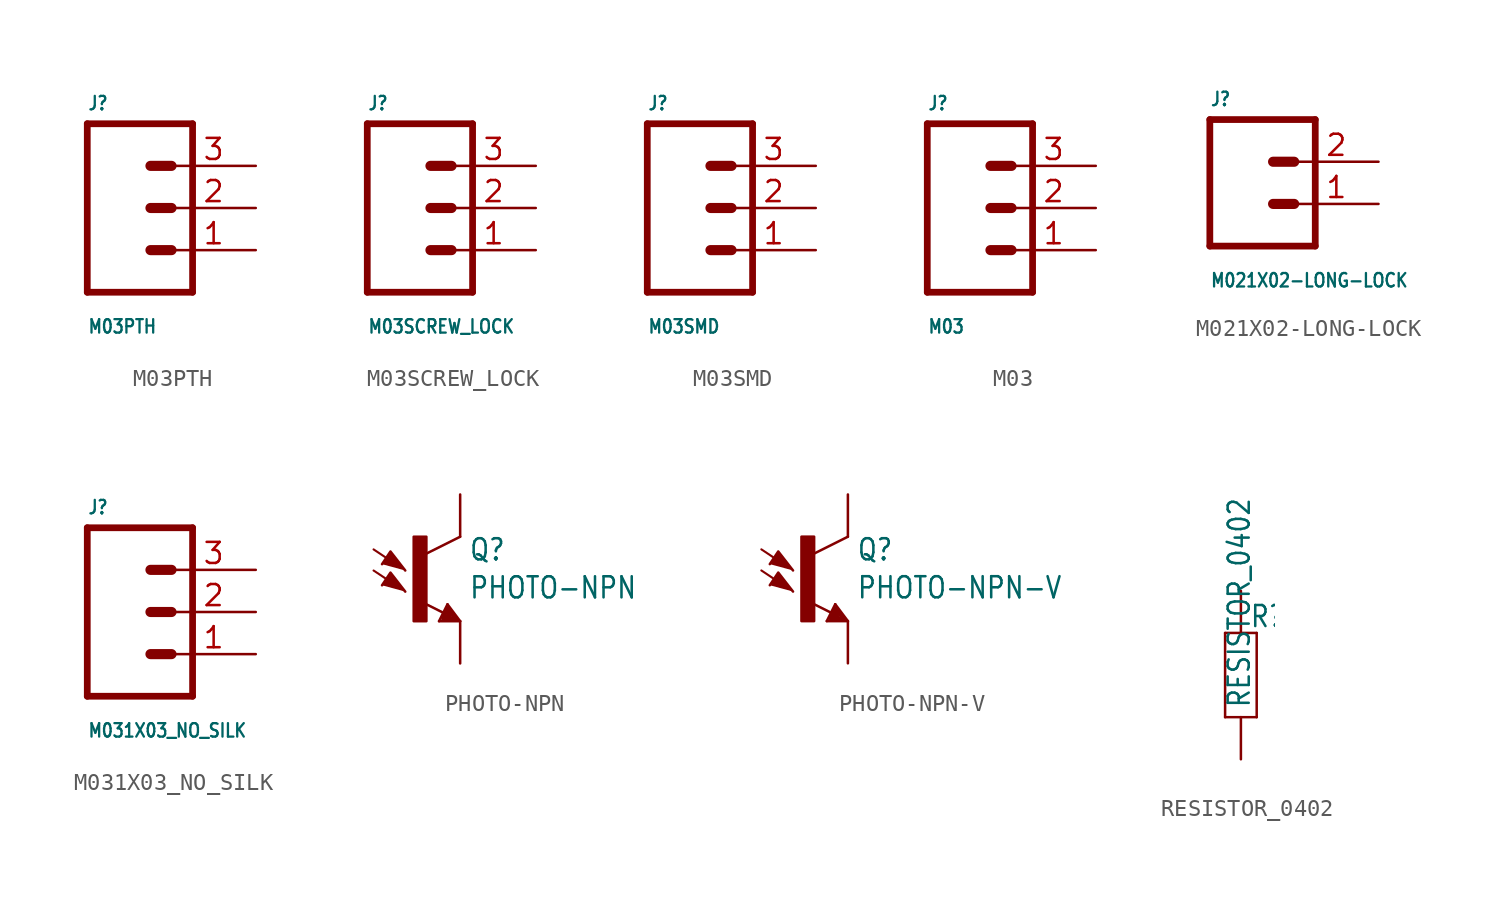
<source format=kicad_sym>
(kicad_symbol_lib
  (version 20211014)
  (generator kicad_symbol_editor)
  (symbol "M03PTH"
    (property "Reference" "J"
      (at -2.54 5.842 0)
      (effects (font (size 0.813 0.691) bold) (justify left bottom)))
    (property "Value" "M03PTH"
      (at -2.54 -7.62 0)
      (effects (font (size 0.813 0.691) bold) (justify left bottom)))
    (property "ki_locked" ""
      (at 0 0 0)
      (effects (font (size 1.27 1.27))))
    (symbol "M03PTH_1_0"
      (polyline (pts (xy -2.54 5.08) (xy -2.54 -5.08)) (stroke (width 0.406) (type default) (color 0 0 0 0)) (fill (type none)))
      (polyline (pts (xy -2.54 5.08) (xy 3.81 5.08)) (stroke (width 0.406) (type default) (color 0 0 0 0)) (fill (type none)))
      (polyline (pts (xy 1.27 -2.54) (xy 2.54 -2.54)) (stroke (width 0.61) (type default) (color 0 0 0 0)) (fill (type none)))
      (polyline (pts (xy 1.27 0) (xy 2.54 0)) (stroke (width 0.61) (type default) (color 0 0 0 0)) (fill (type none)))
      (polyline (pts (xy 1.27 2.54) (xy 2.54 2.54)) (stroke (width 0.61) (type default) (color 0 0 0 0)) (fill (type none)))
      (polyline (pts (xy 3.81 -5.08) (xy -2.54 -5.08)) (stroke (width 0.406) (type default) (color 0 0 0 0)) (fill (type none)))
      (polyline (pts (xy 3.81 -5.08) (xy 3.81 5.08)) (stroke (width 0.406) (type default) (color 0 0 0 0)) (fill (type none)))
      (pin passive line (at 7.62 -2.54 180) (length 5.08) (name "1" (effects (font (size 0 0)))) (number "1" (effects (font (size 1.27 1.27)))))
      (pin passive line (at 7.62 0 180) (length 5.08) (name "2" (effects (font (size 0 0)))) (number "2" (effects (font (size 1.27 1.27)))))
      (pin passive line (at 7.62 2.54 180) (length 5.08) (name "3" (effects (font (size 0 0)))) (number "3" (effects (font (size 1.27 1.27)))))))
  (symbol "M03SCREW_LOCK"
    (property "Reference" "J"
      (at -2.54 5.842 0)
      (effects (font (size 0.813 0.691) bold) (justify left bottom)))
    (property "Value" "M03SCREW_LOCK"
      (at -2.54 -7.62 0)
      (effects (font (size 0.813 0.691) bold) (justify left bottom)))
    (property "ki_locked" ""
      (at 0 0 0)
      (effects (font (size 1.27 1.27))))
    (symbol "M03SCREW_LOCK_1_0"
      (polyline (pts (xy -2.54 5.08) (xy -2.54 -5.08)) (stroke (width 0.406) (type default) (color 0 0 0 0)) (fill (type none)))
      (polyline (pts (xy -2.54 5.08) (xy 3.81 5.08)) (stroke (width 0.406) (type default) (color 0 0 0 0)) (fill (type none)))
      (polyline (pts (xy 1.27 -2.54) (xy 2.54 -2.54)) (stroke (width 0.61) (type default) (color 0 0 0 0)) (fill (type none)))
      (polyline (pts (xy 1.27 0) (xy 2.54 0)) (stroke (width 0.61) (type default) (color 0 0 0 0)) (fill (type none)))
      (polyline (pts (xy 1.27 2.54) (xy 2.54 2.54)) (stroke (width 0.61) (type default) (color 0 0 0 0)) (fill (type none)))
      (polyline (pts (xy 3.81 -5.08) (xy -2.54 -5.08)) (stroke (width 0.406) (type default) (color 0 0 0 0)) (fill (type none)))
      (polyline (pts (xy 3.81 -5.08) (xy 3.81 5.08)) (stroke (width 0.406) (type default) (color 0 0 0 0)) (fill (type none)))
      (pin passive line (at 7.62 -2.54 180) (length 5.08) (name "1" (effects (font (size 0 0)))) (number "1" (effects (font (size 1.27 1.27)))))
      (pin passive line (at 7.62 0 180) (length 5.08) (name "2" (effects (font (size 0 0)))) (number "2" (effects (font (size 1.27 1.27)))))
      (pin passive line (at 7.62 2.54 180) (length 5.08) (name "3" (effects (font (size 0 0)))) (number "3" (effects (font (size 1.27 1.27)))))))
  (symbol "M03SMD"
    (property "Reference" "J"
      (at -2.54 5.842 0)
      (effects (font (size 0.813 0.691) bold) (justify left bottom)))
    (property "Value" "M03SMD"
      (at -2.54 -7.62 0)
      (effects (font (size 0.813 0.691) bold) (justify left bottom)))
    (property "ki_locked" ""
      (at 0 0 0)
      (effects (font (size 1.27 1.27))))
    (symbol "M03SMD_1_0"
      (polyline (pts (xy -2.54 5.08) (xy -2.54 -5.08)) (stroke (width 0.406) (type default) (color 0 0 0 0)) (fill (type none)))
      (polyline (pts (xy -2.54 5.08) (xy 3.81 5.08)) (stroke (width 0.406) (type default) (color 0 0 0 0)) (fill (type none)))
      (polyline (pts (xy 1.27 -2.54) (xy 2.54 -2.54)) (stroke (width 0.61) (type default) (color 0 0 0 0)) (fill (type none)))
      (polyline (pts (xy 1.27 0) (xy 2.54 0)) (stroke (width 0.61) (type default) (color 0 0 0 0)) (fill (type none)))
      (polyline (pts (xy 1.27 2.54) (xy 2.54 2.54)) (stroke (width 0.61) (type default) (color 0 0 0 0)) (fill (type none)))
      (polyline (pts (xy 3.81 -5.08) (xy -2.54 -5.08)) (stroke (width 0.406) (type default) (color 0 0 0 0)) (fill (type none)))
      (polyline (pts (xy 3.81 -5.08) (xy 3.81 5.08)) (stroke (width 0.406) (type default) (color 0 0 0 0)) (fill (type none)))
      (pin passive line (at 7.62 -2.54 180) (length 5.08) (name "1" (effects (font (size 0 0)))) (number "1" (effects (font (size 1.27 1.27)))))
      (pin passive line (at 7.62 0 180) (length 5.08) (name "2" (effects (font (size 0 0)))) (number "2" (effects (font (size 1.27 1.27)))))
      (pin passive line (at 7.62 2.54 180) (length 5.08) (name "3" (effects (font (size 0 0)))) (number "3" (effects (font (size 1.27 1.27)))))))
  (symbol "M03"
    (property "Reference" "J"
      (at -2.54 5.842 0)
      (effects (font (size 0.813 0.691) bold) (justify left bottom)))
    (property "Value" "M03"
      (at -2.54 -7.62 0)
      (effects (font (size 0.813 0.691) bold) (justify left bottom)))
    (property "ki_locked" ""
      (at 0 0 0)
      (effects (font (size 1.27 1.27))))
    (symbol "M03_1_0"
      (polyline (pts (xy -2.54 5.08) (xy -2.54 -5.08)) (stroke (width 0.406) (type default) (color 0 0 0 0)) (fill (type none)))
      (polyline (pts (xy -2.54 5.08) (xy 3.81 5.08)) (stroke (width 0.406) (type default) (color 0 0 0 0)) (fill (type none)))
      (polyline (pts (xy 1.27 -2.54) (xy 2.54 -2.54)) (stroke (width 0.61) (type default) (color 0 0 0 0)) (fill (type none)))
      (polyline (pts (xy 1.27 0) (xy 2.54 0)) (stroke (width 0.61) (type default) (color 0 0 0 0)) (fill (type none)))
      (polyline (pts (xy 1.27 2.54) (xy 2.54 2.54)) (stroke (width 0.61) (type default) (color 0 0 0 0)) (fill (type none)))
      (polyline (pts (xy 3.81 -5.08) (xy -2.54 -5.08)) (stroke (width 0.406) (type default) (color 0 0 0 0)) (fill (type none)))
      (polyline (pts (xy 3.81 -5.08) (xy 3.81 5.08)) (stroke (width 0.406) (type default) (color 0 0 0 0)) (fill (type none)))
      (pin passive line (at 7.62 -2.54 180) (length 5.08) (name "1" (effects (font (size 0 0)))) (number "1" (effects (font (size 1.27 1.27)))))
      (pin passive line (at 7.62 0 180) (length 5.08) (name "2" (effects (font (size 0 0)))) (number "2" (effects (font (size 1.27 1.27)))))
      (pin passive line (at 7.62 2.54 180) (length 5.08) (name "3" (effects (font (size 0 0)))) (number "3" (effects (font (size 1.27 1.27)))))))
  (symbol "M021X02-LONG-LOCK"
    (property "Reference" "J"
      (at -2.54 5.842 0)
      (effects (font (size 0.813 0.691) bold) (justify left bottom)))
    (property "Value" "M021X02-LONG-LOCK"
      (at -2.54 -5.08 0)
      (effects (font (size 0.813 0.691) bold) (justify left bottom)))
    (property "ki_locked" ""
      (at 0 0 0)
      (effects (font (size 1.27 1.27))))
    (symbol "M021X02-LONG-LOCK_1_0"
      (polyline (pts (xy -2.54 5.08) (xy -2.54 -2.54)) (stroke (width 0.406) (type default) (color 0 0 0 0)) (fill (type none)))
      (polyline (pts (xy -2.54 5.08) (xy 3.81 5.08)) (stroke (width 0.406) (type default) (color 0 0 0 0)) (fill (type none)))
      (polyline (pts (xy 1.27 0) (xy 2.54 0)) (stroke (width 0.61) (type default) (color 0 0 0 0)) (fill (type none)))
      (polyline (pts (xy 1.27 2.54) (xy 2.54 2.54)) (stroke (width 0.61) (type default) (color 0 0 0 0)) (fill (type none)))
      (polyline (pts (xy 3.81 -2.54) (xy -2.54 -2.54)) (stroke (width 0.406) (type default) (color 0 0 0 0)) (fill (type none)))
      (polyline (pts (xy 3.81 -2.54) (xy 3.81 5.08)) (stroke (width 0.406) (type default) (color 0 0 0 0)) (fill (type none)))
      (pin passive line (at 7.62 0 180) (length 5.08) (name "1" (effects (font (size 0 0)))) (number "1" (effects (font (size 1.27 1.27)))))
      (pin passive line (at 7.62 2.54 180) (length 5.08) (name "2" (effects (font (size 0 0)))) (number "2" (effects (font (size 1.27 1.27)))))))
  (symbol "M031X03_NO_SILK"
    (property "Reference" "J"
      (at -2.54 5.842 0)
      (effects (font (size 0.813 0.691) bold) (justify left bottom)))
    (property "Value" "M031X03_NO_SILK"
      (at -2.54 -7.62 0)
      (effects (font (size 0.813 0.691) bold) (justify left bottom)))
    (property "ki_locked" ""
      (at 0 0 0)
      (effects (font (size 1.27 1.27))))
    (symbol "M031X03_NO_SILK_1_0"
      (polyline (pts (xy -2.54 5.08) (xy -2.54 -5.08)) (stroke (width 0.406) (type default) (color 0 0 0 0)) (fill (type none)))
      (polyline (pts (xy -2.54 5.08) (xy 3.81 5.08)) (stroke (width 0.406) (type default) (color 0 0 0 0)) (fill (type none)))
      (polyline (pts (xy 1.27 -2.54) (xy 2.54 -2.54)) (stroke (width 0.61) (type default) (color 0 0 0 0)) (fill (type none)))
      (polyline (pts (xy 1.27 0) (xy 2.54 0)) (stroke (width 0.61) (type default) (color 0 0 0 0)) (fill (type none)))
      (polyline (pts (xy 1.27 2.54) (xy 2.54 2.54)) (stroke (width 0.61) (type default) (color 0 0 0 0)) (fill (type none)))
      (polyline (pts (xy 3.81 -5.08) (xy -2.54 -5.08)) (stroke (width 0.406) (type default) (color 0 0 0 0)) (fill (type none)))
      (polyline (pts (xy 3.81 -5.08) (xy 3.81 5.08)) (stroke (width 0.406) (type default) (color 0 0 0 0)) (fill (type none)))
      (pin passive line (at 7.62 -2.54 180) (length 5.08) (name "1" (effects (font (size 0 0)))) (number "1" (effects (font (size 1.27 1.27)))))
      (pin passive line (at 7.62 0 180) (length 5.08) (name "2" (effects (font (size 0 0)))) (number "2" (effects (font (size 1.27 1.27)))))
      (pin passive line (at 7.62 2.54 180) (length 5.08) (name "3" (effects (font (size 0 0)))) (number "3" (effects (font (size 1.27 1.27)))))))
  (symbol "PHOTO-NPN"
    (property "Reference" "Q"
      (at 3.048 1.016 0)
      (effects (font (size 1.27 1.079)) (justify left bottom)))
    (property "Value" "PHOTO-NPN"
      (at 3.048 -1.27 0)
      (effects (font (size 1.27 1.079)) (justify left bottom)))
    (property "ki_locked" ""
      (at 0 0 0)
      (effects (font (size 1.27 1.27))))
    (symbol "PHOTO-NPN_1_0"
      (rectangle (start -0.254 -2.54) (end 0.508 2.54) (stroke (width 0) (type default) (color 0 0 0 0)) (fill (type outline)))
      (polyline (pts (xy -2.667 0.508) (xy -1.905 0)) (stroke (width 0.127) (type default) (color 0 0 0 0)) (fill (type none)))
      (polyline (pts (xy -2.667 1.778) (xy -1.905 1.27)) (stroke (width 0.127) (type default) (color 0 0 0 0)) (fill (type none)))
      (polyline (pts (xy 1.27 -2.54) (xy 1.778 -1.524)) (stroke (width 0.152) (type default) (color 0 0 0 0)) (fill (type none)))
      (polyline (pts (xy 1.524 -2.413) (xy 2.286 -2.413)) (stroke (width 0.254) (type default) (color 0 0 0 0)) (fill (type none)))
      (polyline (pts (xy 1.524 -2.286) (xy 1.905 -2.286)) (stroke (width 0.254) (type default) (color 0 0 0 0)) (fill (type none)))
      (polyline (pts (xy 1.54 -2.04) (xy 0.308 -1.424)) (stroke (width 0.152) (type default) (color 0 0 0 0)) (fill (type none)))
      (polyline (pts (xy 1.778 -1.778) (xy 1.524 -2.286)) (stroke (width 0.254) (type default) (color 0 0 0 0)) (fill (type none)))
      (polyline (pts (xy 1.778 -1.524) (xy 2.54 -2.54)) (stroke (width 0.152) (type default) (color 0 0 0 0)) (fill (type none)))
      (polyline (pts (xy 1.905 -2.286) (xy 1.778 -2.032)) (stroke (width 0.254) (type default) (color 0 0 0 0)) (fill (type none)))
      (polyline (pts (xy 2.286 -2.413) (xy 1.778 -1.778)) (stroke (width 0.254) (type default) (color 0 0 0 0)) (fill (type none)))
      (polyline (pts (xy 2.54 -2.54) (xy 1.27 -2.54)) (stroke (width 0.152) (type default) (color 0 0 0 0)) (fill (type none)))
      (polyline (pts (xy 2.54 2.54) (xy 0.508 1.524)) (stroke (width 0.152) (type default) (color 0 0 0 0)) (fill (type none)))
      (polyline (pts (xy -0.762 -0.762) (xy -1.651 0.381) (xy -2.159 -0.381)) (stroke (width 0) (type default) (color 0 0 0 0)) (fill (type outline)))
      (polyline (pts (xy -0.762 0.508) (xy -1.651 1.651) (xy -2.159 0.889)) (stroke (width 0) (type default) (color 0 0 0 0)) (fill (type outline)))
      (pin passive line (at 2.54 5.08 270) (length 2.54) (name "C" (effects (font (size 0 0)))) (number "C" (effects (font (size 0 0)))))
      (pin passive line (at 2.54 -5.08 90) (length 2.54) (name "E" (effects (font (size 0 0)))) (number "E" (effects (font (size 0 0)))))))
  (symbol "PHOTO-NPN-V"
    (property "Reference" "Q"
      (at 3.048 1.016 0)
      (effects (font (size 1.27 1.079)) (justify left bottom)))
    (property "Value" "PHOTO-NPN-V"
      (at 3.048 -1.27 0)
      (effects (font (size 1.27 1.079)) (justify left bottom)))
    (property "ki_locked" ""
      (at 0 0 0)
      (effects (font (size 1.27 1.27))))
    (symbol "PHOTO-NPN-V_1_0"
      (rectangle (start -0.254 -2.54) (end 0.508 2.54) (stroke (width 0) (type default) (color 0 0 0 0)) (fill (type outline)))
      (polyline (pts (xy -2.667 0.508) (xy -1.905 0)) (stroke (width 0.127) (type default) (color 0 0 0 0)) (fill (type none)))
      (polyline (pts (xy -2.667 1.778) (xy -1.905 1.27)) (stroke (width 0.127) (type default) (color 0 0 0 0)) (fill (type none)))
      (polyline (pts (xy 1.27 -2.54) (xy 1.778 -1.524)) (stroke (width 0.152) (type default) (color 0 0 0 0)) (fill (type none)))
      (polyline (pts (xy 1.524 -2.413) (xy 2.286 -2.413)) (stroke (width 0.254) (type default) (color 0 0 0 0)) (fill (type none)))
      (polyline (pts (xy 1.524 -2.286) (xy 1.905 -2.286)) (stroke (width 0.254) (type default) (color 0 0 0 0)) (fill (type none)))
      (polyline (pts (xy 1.54 -2.04) (xy 0.308 -1.424)) (stroke (width 0.152) (type default) (color 0 0 0 0)) (fill (type none)))
      (polyline (pts (xy 1.778 -1.778) (xy 1.524 -2.286)) (stroke (width 0.254) (type default) (color 0 0 0 0)) (fill (type none)))
      (polyline (pts (xy 1.778 -1.524) (xy 2.54 -2.54)) (stroke (width 0.152) (type default) (color 0 0 0 0)) (fill (type none)))
      (polyline (pts (xy 1.905 -2.286) (xy 1.778 -2.032)) (stroke (width 0.254) (type default) (color 0 0 0 0)) (fill (type none)))
      (polyline (pts (xy 2.286 -2.413) (xy 1.778 -1.778)) (stroke (width 0.254) (type default) (color 0 0 0 0)) (fill (type none)))
      (polyline (pts (xy 2.54 -2.54) (xy 1.27 -2.54)) (stroke (width 0.152) (type default) (color 0 0 0 0)) (fill (type none)))
      (polyline (pts (xy 2.54 2.54) (xy 0.508 1.524)) (stroke (width 0.152) (type default) (color 0 0 0 0)) (fill (type none)))
      (polyline (pts (xy -0.762 -0.762) (xy -1.651 0.381) (xy -2.159 -0.381)) (stroke (width 0) (type default) (color 0 0 0 0)) (fill (type outline)))
      (polyline (pts (xy -0.762 0.508) (xy -1.651 1.651) (xy -2.159 0.889)) (stroke (width 0) (type default) (color 0 0 0 0)) (fill (type outline)))
      (pin passive line (at 2.54 5.08 270) (length 2.54) (name "C" (effects (font (size 0 0)))) (number "P$1" (effects (font (size 0 0)))))
      (pin passive line (at 2.54 -5.08 90) (length 2.54) (name "E" (effects (font (size 0 0)))) (number "P$2" (effects (font (size 0 0)))))))
  (symbol "RESISTOR_0402"
    (property "Reference" "R"
      (at 0.508 2.794 0)
      (effects (font (size 1.27 1.079)) (justify left bottom)))
    (property "Value" "RESISTOR_0402"
      (at 0.635 -2.032 90)
      (effects (font (size 1.27 1.079)) (justify left bottom)))
    (property "ki_locked" ""
      (at 0 0 0)
      (effects (font (size 1.27 1.27))))
    (symbol "RESISTOR_0402_1_0"
      (polyline (pts (xy -0.953 -2.54) (xy -0.953 2.54)) (stroke (width 0.152) (type default) (color 0 0 0 0)) (fill (type none)))
      (polyline (pts (xy -0.953 2.54) (xy 0.953 2.54)) (stroke (width 0.152) (type default) (color 0 0 0 0)) (fill (type none)))
      (polyline (pts (xy 0 -2.54) (xy -0.953 -2.54)) (stroke (width 0.152) (type default) (color 0 0 0 0)) (fill (type none)))
      (polyline (pts (xy 0.953 -2.54) (xy 0 -2.54)) (stroke (width 0.152) (type default) (color 0 0 0 0)) (fill (type none)))
      (polyline (pts (xy 0.953 2.54) (xy 0.953 -2.54)) (stroke (width 0.152) (type default) (color 0 0 0 0)) (fill (type none)))
      (pin passive line (at 0 -5.08 90) (length 2.54) (name "1" (effects (font (size 0 0)))) (number "1" (effects (font (size 0 0)))))
      (pin passive line (at 0 5.08 270) (length 2.54) (name "2" (effects (font (size 0 0)))) (number "2" (effects (font (size 0 0))))))))
</source>
